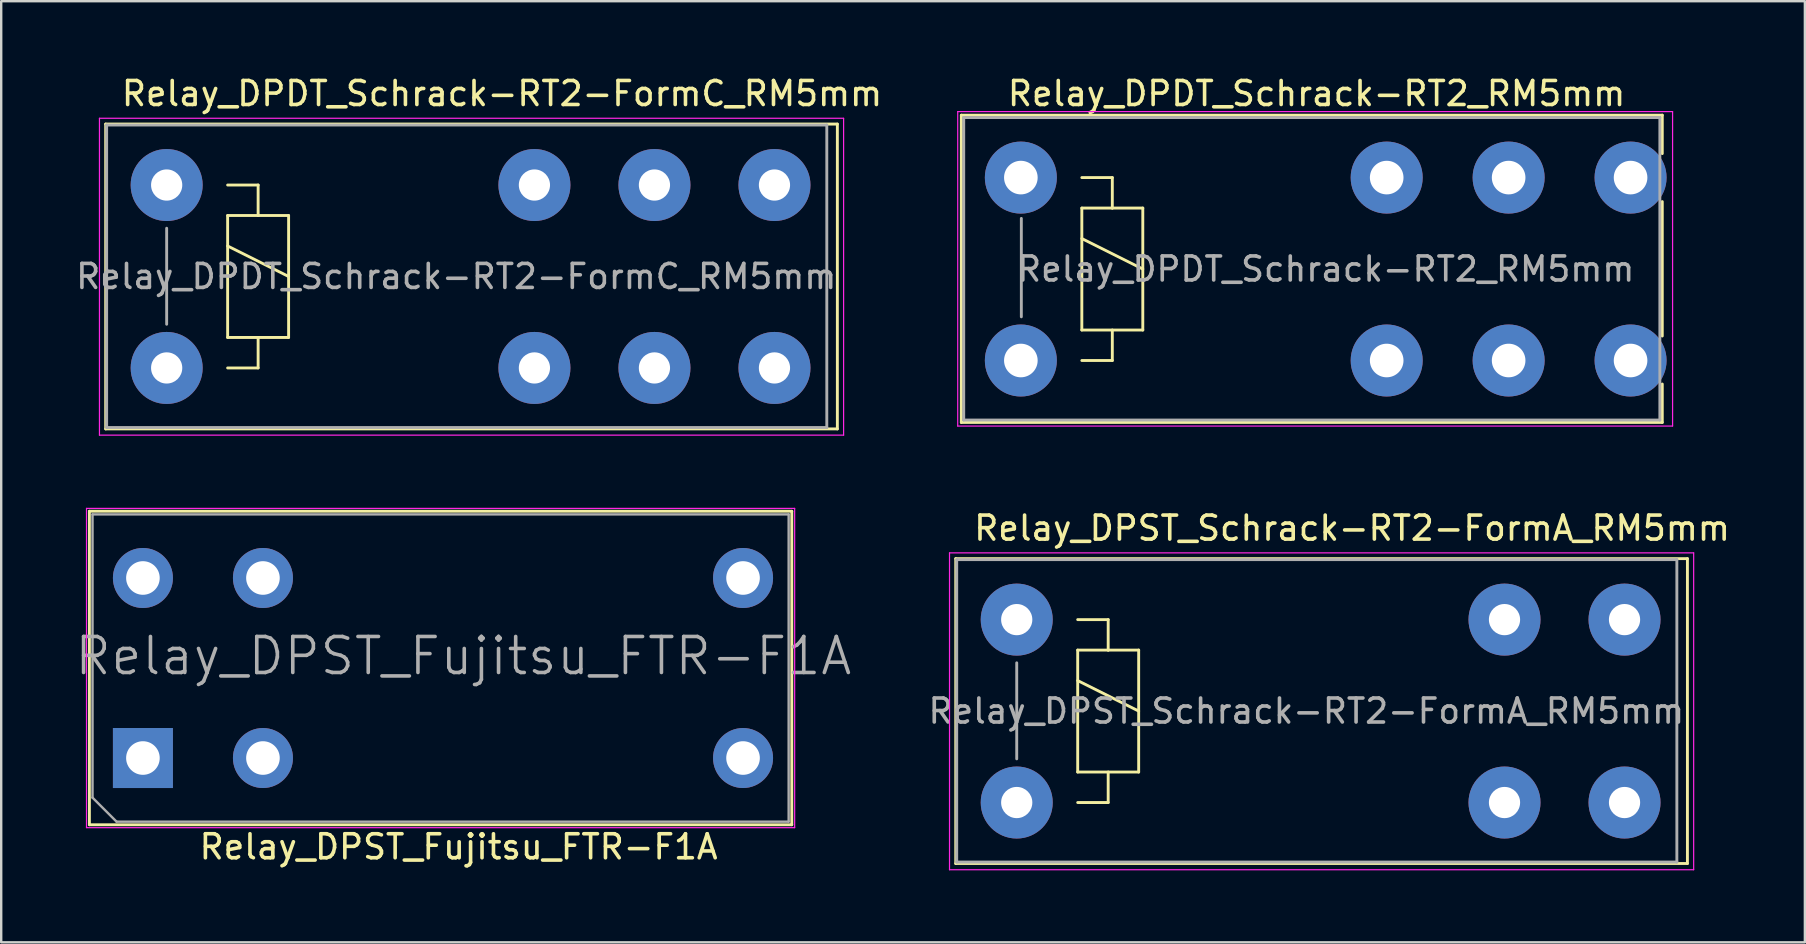
<source format=kicad_pcb>
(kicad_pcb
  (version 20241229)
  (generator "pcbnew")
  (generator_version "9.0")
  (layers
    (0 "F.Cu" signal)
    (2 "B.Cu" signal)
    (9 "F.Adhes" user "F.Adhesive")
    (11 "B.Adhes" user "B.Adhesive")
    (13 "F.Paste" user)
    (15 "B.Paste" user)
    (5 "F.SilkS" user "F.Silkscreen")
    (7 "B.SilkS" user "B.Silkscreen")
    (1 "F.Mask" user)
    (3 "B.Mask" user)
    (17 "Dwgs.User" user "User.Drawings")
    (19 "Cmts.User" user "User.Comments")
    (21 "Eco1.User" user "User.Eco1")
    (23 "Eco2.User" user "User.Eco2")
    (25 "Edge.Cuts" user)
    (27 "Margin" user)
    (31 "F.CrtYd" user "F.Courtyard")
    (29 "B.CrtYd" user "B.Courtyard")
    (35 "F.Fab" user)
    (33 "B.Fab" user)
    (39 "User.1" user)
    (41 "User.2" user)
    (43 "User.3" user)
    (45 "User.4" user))
  (footprint "Relay_DPDT_Schrack-RT2-FormC_RM5mm"
    (layer "F.Cu")
    (at 3.893 4.658)
    (property "Reference" "Relay_DPDT_Schrack-RT2-FormC_RM5mm" (at 13.97 -3.81 0) (layer "F.SilkS") (effects (font (size 1 1) (thickness 0.15))))
    (attr through_hole)
    (fp_line (start -2.54 -2.54) (end 27.94 -2.54) (stroke (width 0.12) (type solid)) (layer "F.SilkS"))
    (fp_line (start -2.54 10.16) (end -2.54 -2.54) (stroke (width 0.12) (type solid)) (layer "F.SilkS"))
    (fp_line (start 2.54 0) (end 3.81 0) (stroke (width 0.12) (type solid)) (layer "F.SilkS"))
    (fp_line (start 2.54 1.27) (end 3.81 1.27) (stroke (width 0.12) (type solid)) (layer "F.SilkS"))
    (fp_line (start 2.54 2.54) (end 5.08 3.81) (stroke (width 0.12) (type solid)) (layer "F.SilkS"))
    (fp_line (start 2.54 6.35) (end 2.54 1.27) (stroke (width 0.12) (type solid)) (layer "F.SilkS"))
    (fp_line (start 3.81 0) (end 3.81 1.27) (stroke (width 0.12) (type solid)) (layer "F.SilkS"))
    (fp_line (start 3.81 1.27) (end 5.08 1.27) (stroke (width 0.12) (type solid)) (layer "F.SilkS"))
    (fp_line (start 3.81 6.35) (end 3.81 7.62) (stroke (width 0.12) (type solid)) (layer "F.SilkS"))
    (fp_line (start 3.81 7.62) (end 2.54 7.62) (stroke (width 0.12) (type solid)) (layer "F.SilkS"))
    (fp_line (start 5.08 1.27) (end 5.08 6.35) (stroke (width 0.12) (type solid)) (layer "F.SilkS"))
    (fp_line (start 5.08 6.35) (end 2.54 6.35) (stroke (width 0.12) (type solid)) (layer "F.SilkS"))
    (fp_line (start 27.94 -2.54) (end 27.94 10.16) (stroke (width 0.12) (type solid)) (layer "F.SilkS"))
    (fp_line (start 27.94 10.16) (end -2.54 10.16) (stroke (width 0.12) (type solid)) (layer "F.SilkS"))
    (fp_line (start -2.8 -2.78) (end 28.2 -2.78) (stroke (width 0.05) (type solid)) (layer "F.CrtYd"))
    (fp_line (start -2.8 10.42) (end -2.8 -2.78) (stroke (width 0.05) (type solid)) (layer "F.CrtYd"))
    (fp_line (start 28.2 -2.78) (end 28.2 10.42) (stroke (width 0.05) (type solid)) (layer "F.CrtYd"))
    (fp_line (start 28.2 10.42) (end -2.8 10.42) (stroke (width 0.05) (type solid)) (layer "F.CrtYd"))
    (fp_line (start -2.5 -2.5) (end 27.5 -2.5) (stroke (width 0.12) (type solid)) (layer "F.Fab"))
    (fp_line (start -2.5 10.1) (end -2.5 -2.5) (stroke (width 0.12) (type solid)) (layer "F.Fab"))
    (fp_line (start 0 1.8) (end 0 5.8) (stroke (width 0.12) (type solid)) (layer "F.Fab"))
    (fp_line (start 27.5 -2.5) (end 27.5 10.1) (stroke (width 0.12) (type solid)) (layer "F.Fab"))
    (fp_line (start 27.5 10.1) (end -2.5 10.1) (stroke (width 0.12) (type solid)) (layer "F.Fab"))
    (fp_text user "${REFERENCE}" (at 12.065 3.81 0) (layer "F.Fab") (effects (font (size 1 1) (thickness 0.15))))
    (pad "11" thru_hole circle (at 20.32 0) (size 3 3) (drill 1.3) (layers "*.Cu" "*.Mask"))
    (pad "12" thru_hole circle (at 15.32 0) (size 3 3) (drill 1.3) (layers "*.Cu" "*.Mask"))
    (pad "14" thru_hole circle (at 25.32 0) (size 3 3) (drill 1.3) (layers "*.Cu" "*.Mask"))
    (pad "21" thru_hole circle (at 20.32 7.62) (size 3 3) (drill 1.3) (layers "*.Cu" "*.Mask"))
    (pad "22" thru_hole circle (at 15.32 7.62) (size 3 3) (drill 1.3) (layers "*.Cu" "*.Mask"))
    (pad "24" thru_hole circle (at 25.32 7.62) (size 3 3) (drill 1.3) (layers "*.Cu" "*.Mask"))
    (pad "A1" thru_hole circle (at 0 0) (size 3 3) (drill 1.3) (layers "*.Cu" "*.Mask"))
    (pad "A2" thru_hole circle (at 0 7.62) (size 3 3) (drill 1.3) (layers "*.Cu" "*.Mask")))
  (footprint "Relay_DPDT_Schrack-RT2_RM5mm"
    (layer "F.Cu")
    (at 39.477 4.348)
    (property "Reference" "Relay_DPDT_Schrack-RT2_RM5mm" (at 12.32 -3.5 0) (layer "F.SilkS") (effects (font (size 1 1) (thickness 0.15))))
    (attr through_hole)
    (fp_line (start -2.48 -2.6) (end 26.72 -2.6) (stroke (width 0.12) (type solid)) (layer "F.SilkS"))
    (fp_line (start -2.48 10.2) (end -2.48 -2.6) (stroke (width 0.12) (type solid)) (layer "F.SilkS"))
    (fp_line (start 2.54 0) (end 3.81 0) (stroke (width 0.12) (type solid)) (layer "F.SilkS"))
    (fp_line (start 2.54 1.27) (end 3.81 1.27) (stroke (width 0.12) (type solid)) (layer "F.SilkS"))
    (fp_line (start 2.54 2.54) (end 5.08 3.81) (stroke (width 0.12) (type solid)) (layer "F.SilkS"))
    (fp_line (start 2.54 6.35) (end 2.54 1.27) (stroke (width 0.12) (type solid)) (layer "F.SilkS"))
    (fp_line (start 3.81 0) (end 3.81 1.27) (stroke (width 0.12) (type solid)) (layer "F.SilkS"))
    (fp_line (start 3.81 1.27) (end 5.08 1.27) (stroke (width 0.12) (type solid)) (layer "F.SilkS"))
    (fp_line (start 3.81 6.35) (end 3.81 7.62) (stroke (width 0.12) (type solid)) (layer "F.SilkS"))
    (fp_line (start 3.81 7.62) (end 2.54 7.62) (stroke (width 0.12) (type solid)) (layer "F.SilkS"))
    (fp_line (start 5.08 1.27) (end 5.08 6.35) (stroke (width 0.12) (type solid)) (layer "F.SilkS"))
    (fp_line (start 5.08 6.35) (end 2.54 6.35) (stroke (width 0.12) (type solid)) (layer "F.SilkS"))
    (fp_line (start 26.72 -2.6) (end 26.72 -1) (stroke (width 0.12) (type solid)) (layer "F.SilkS"))
    (fp_line (start 26.72 1) (end 26.72 6.6) (stroke (width 0.12) (type solid)) (layer "F.SilkS"))
    (fp_line (start 26.72 8.6) (end 26.72 10.2) (stroke (width 0.12) (type solid)) (layer "F.SilkS"))
    (fp_line (start 26.72 10.2) (end -2.48 10.2) (stroke (width 0.12) (type solid)) (layer "F.SilkS"))
    (fp_line (start -2.63 -2.75) (end -2.63 10.35) (stroke (width 0.05) (type solid)) (layer "F.CrtYd"))
    (fp_line (start -2.63 -2.75) (end 27.15 -2.75) (stroke (width 0.05) (type solid)) (layer "F.CrtYd"))
    (fp_line (start 27.15 10.35) (end -2.63 10.35) (stroke (width 0.05) (type solid)) (layer "F.CrtYd"))
    (fp_line (start 27.15 10.35) (end 27.15 -2.75) (stroke (width 0.05) (type solid)) (layer "F.CrtYd"))
    (fp_line (start -2.38 -2.5) (end -2.38 10.1) (stroke (width 0.12) (type solid)) (layer "F.Fab"))
    (fp_line (start -2.38 10.1) (end 26.62 10.1) (stroke (width 0.12) (type solid)) (layer "F.Fab"))
    (fp_line (start 0.02 1.7) (end 0.02 5.8) (stroke (width 0.12) (type solid)) (layer "F.Fab"))
    (fp_line (start 26.62 -2.5) (end -2.38 -2.5) (stroke (width 0.12) (type solid)) (layer "F.Fab"))
    (fp_line (start 26.62 10.1) (end 26.62 -2.5) (stroke (width 0.12) (type solid)) (layer "F.Fab"))
    (fp_text user "${REFERENCE}" (at 12.7 3.81 0) (layer "F.Fab") (effects (font (size 1 1) (thickness 0.15))))
    (pad "11" thru_hole circle (at 20.32 0) (size 3 3) (drill 1.4) (layers "*.Cu" "*.Mask"))
    (pad "12" thru_hole circle (at 15.24 0) (size 3 3) (drill 1.4) (layers "*.Cu" "*.Mask"))
    (pad "14" thru_hole circle (at 25.4 0) (size 3 3) (drill 1.4) (layers "*.Cu" "*.Mask"))
    (pad "21" thru_hole circle (at 20.32 7.62) (size 3 3) (drill 1.4) (layers "*.Cu" "*.Mask"))
    (pad "22" thru_hole circle (at 15.24 7.62) (size 3 3) (drill 1.4) (layers "*.Cu" "*.Mask"))
    (pad "24" thru_hole circle (at 25.4 7.62) (size 3 3) (drill 1.4) (layers "*.Cu" "*.Mask"))
    (pad "A1" thru_hole circle (at 0 0) (size 3 3) (drill 1.4) (layers "*.Cu" "*.Mask"))
    (pad "A2" thru_hole circle (at 0 7.62) (size 3 3) (drill 1.4) (layers "*.Cu" "*.Mask")))
  (footprint "Relay_DPST_Fujitsu_FTR-F1A"
    (layer "F.Cu")
    (at 2.904 28.528)
    (property "Reference" "Relay_DPST_Fujitsu_FTR-F1A" (at 13.15 3.7 0) (layer "F.SilkS") (effects (font (size 1 1) (thickness 0.15))))
    (attr through_hole)
    (fp_line (start -2.23 -10.28) (end 27.03 -10.28) (stroke (width 0.12) (type solid)) (layer "F.SilkS"))
    (fp_line (start -2.23 2.78) (end -2.23 -10.28) (stroke (width 0.12) (type solid)) (layer "F.SilkS"))
    (fp_line (start 27.03 -10.28) (end 27.03 2.78) (stroke (width 0.12) (type solid)) (layer "F.SilkS"))
    (fp_line (start 27.03 2.78) (end -2.23 2.78) (stroke (width 0.12) (type solid)) (layer "F.SilkS"))
    (fp_line (start -2.35 -10.4) (end 27.15 -10.4) (stroke (width 0.05) (type solid)) (layer "F.CrtYd"))
    (fp_line (start -2.35 2.9) (end -2.35 -10.4) (stroke (width 0.05) (type solid)) (layer "F.CrtYd"))
    (fp_line (start 27.15 -10.4) (end 27.15 2.9) (stroke (width 0.05) (type solid)) (layer "F.CrtYd"))
    (fp_line (start 27.15 2.9) (end -2.35 2.9) (stroke (width 0.05) (type solid)) (layer "F.CrtYd"))
    (fp_line (start -2.1 -10.15) (end 26.9 -10.15) (stroke (width 0.1) (type solid)) (layer "F.Fab"))
    (fp_line (start -2.1 1.65) (end -2.1 -10.15) (stroke (width 0.1) (type solid)) (layer "F.Fab"))
    (fp_line (start -2.1 1.65) (end -1.1 2.65) (stroke (width 0.1) (type solid)) (layer "F.Fab"))
    (fp_line (start -1.1 2.65) (end 26.9 2.65) (stroke (width 0.1) (type solid)) (layer "F.Fab"))
    (fp_line (start 26.9 2.65) (end 26.9 -10.15) (stroke (width 0.1) (type solid)) (layer "F.Fab"))
    (fp_text user "${REFERENCE}" (at 13.35 -4.25 0) (layer "F.Fab") (effects (font (size 1.5 1.5) (thickness 0.15))))
    (pad "1" thru_hole rect (at 0 0) (size 2.5 2.5) (drill 1.4) (layers "*.Cu" "*.Mask"))
    (pad "2" thru_hole circle (at 5 0) (size 2.5 2.5) (drill 1.4) (layers "*.Cu" "*.Mask"))
    (pad "4" thru_hole circle (at 25 0) (size 2.5 2.5) (drill 1.4) (layers "*.Cu" "*.Mask"))
    (pad "5" thru_hole circle (at 25 -7.5) (size 2.5 2.5) (drill 1.4) (layers "*.Cu" "*.Mask"))
    (pad "7" thru_hole circle (at 5 -7.5) (size 2.5 2.5) (drill 1.4) (layers "*.Cu" "*.Mask"))
    (pad "8" thru_hole circle (at 0 -7.5) (size 2.5 2.5) (drill 1.4) (layers "*.Cu" "*.Mask")))
  (footprint "Relay_DPST_Schrack-RT2-FormA_RM5mm"
    (layer "F.Cu")
    (at 39.305 22.762)
    (property "Reference" "Relay_DPST_Schrack-RT2-FormA_RM5mm" (at 13.97 -3.81 0) (layer "F.SilkS") (effects (font (size 1 1) (thickness 0.15))))
    (attr through_hole)
    (fp_line (start -2.54 -2.54) (end 27.94 -2.54) (stroke (width 0.12) (type solid)) (layer "F.SilkS"))
    (fp_line (start -2.54 10.16) (end -2.54 -2.54) (stroke (width 0.12) (type solid)) (layer "F.SilkS"))
    (fp_line (start 2.54 0) (end 3.81 0) (stroke (width 0.12) (type solid)) (layer "F.SilkS"))
    (fp_line (start 2.54 1.27) (end 3.81 1.27) (stroke (width 0.12) (type solid)) (layer "F.SilkS"))
    (fp_line (start 2.54 2.54) (end 5.08 3.81) (stroke (width 0.12) (type solid)) (layer "F.SilkS"))
    (fp_line (start 2.54 6.35) (end 2.54 1.27) (stroke (width 0.12) (type solid)) (layer "F.SilkS"))
    (fp_line (start 3.81 0) (end 3.81 1.27) (stroke (width 0.12) (type solid)) (layer "F.SilkS"))
    (fp_line (start 3.81 1.27) (end 5.08 1.27) (stroke (width 0.12) (type solid)) (layer "F.SilkS"))
    (fp_line (start 3.81 6.35) (end 3.81 7.62) (stroke (width 0.12) (type solid)) (layer "F.SilkS"))
    (fp_line (start 3.81 7.62) (end 2.54 7.62) (stroke (width 0.12) (type solid)) (layer "F.SilkS"))
    (fp_line (start 5.08 1.27) (end 5.08 6.35) (stroke (width 0.12) (type solid)) (layer "F.SilkS"))
    (fp_line (start 5.08 6.35) (end 2.54 6.35) (stroke (width 0.12) (type solid)) (layer "F.SilkS"))
    (fp_line (start 27.94 -2.54) (end 27.94 10.16) (stroke (width 0.12) (type solid)) (layer "F.SilkS"))
    (fp_line (start 27.94 10.16) (end -2.54 10.16) (stroke (width 0.12) (type solid)) (layer "F.SilkS"))
    (fp_line (start -2.8 -2.78) (end 28.2 -2.78) (stroke (width 0.05) (type solid)) (layer "F.CrtYd"))
    (fp_line (start -2.8 10.42) (end -2.8 -2.78) (stroke (width 0.05) (type solid)) (layer "F.CrtYd"))
    (fp_line (start 28.2 -2.78) (end 28.2 10.42) (stroke (width 0.05) (type solid)) (layer "F.CrtYd"))
    (fp_line (start 28.2 10.42) (end -2.8 10.42) (stroke (width 0.05) (type solid)) (layer "F.CrtYd"))
    (fp_line (start -2.5 -2.5) (end 27.5 -2.5) (stroke (width 0.12) (type solid)) (layer "F.Fab"))
    (fp_line (start -2.5 10.1) (end -2.5 -2.5) (stroke (width 0.12) (type solid)) (layer "F.Fab"))
    (fp_line (start 0 1.8) (end 0 5.8) (stroke (width 0.12) (type solid)) (layer "F.Fab"))
    (fp_line (start 27.5 -2.5) (end 27.5 10.1) (stroke (width 0.12) (type solid)) (layer "F.Fab"))
    (fp_line (start 27.5 10.1) (end -2.5 10.1) (stroke (width 0.12) (type solid)) (layer "F.Fab"))
    (fp_text user "${REFERENCE}" (at 12.065 3.81 0) (layer "F.Fab") (effects (font (size 1 1) (thickness 0.15))))
    (pad "11" thru_hole circle (at 20.32 0) (size 3 3) (drill 1.3) (layers "*.Cu" "*.Mask"))
    (pad "14" thru_hole circle (at 25.32 0) (size 3 3) (drill 1.3) (layers "*.Cu" "*.Mask"))
    (pad "21" thru_hole circle (at 20.32 7.62) (size 3 3) (drill 1.3) (layers "*.Cu" "*.Mask"))
    (pad "24" thru_hole circle (at 25.32 7.62) (size 3 3) (drill 1.3) (layers "*.Cu" "*.Mask"))
    (pad "A1" thru_hole circle (at 0 0) (size 3 3) (drill 1.3) (layers "*.Cu" "*.Mask"))
    (pad "A2" thru_hole circle (at 0 7.62) (size 3 3) (drill 1.3) (layers "*.Cu" "*.Mask")))
  (gr_rect
    (start -3 -3)
    (end 72.138 36.206)
    (stroke (width 0.1) (type default))
    (fill no)
    (layer "Edge.Cuts")))
</source>
